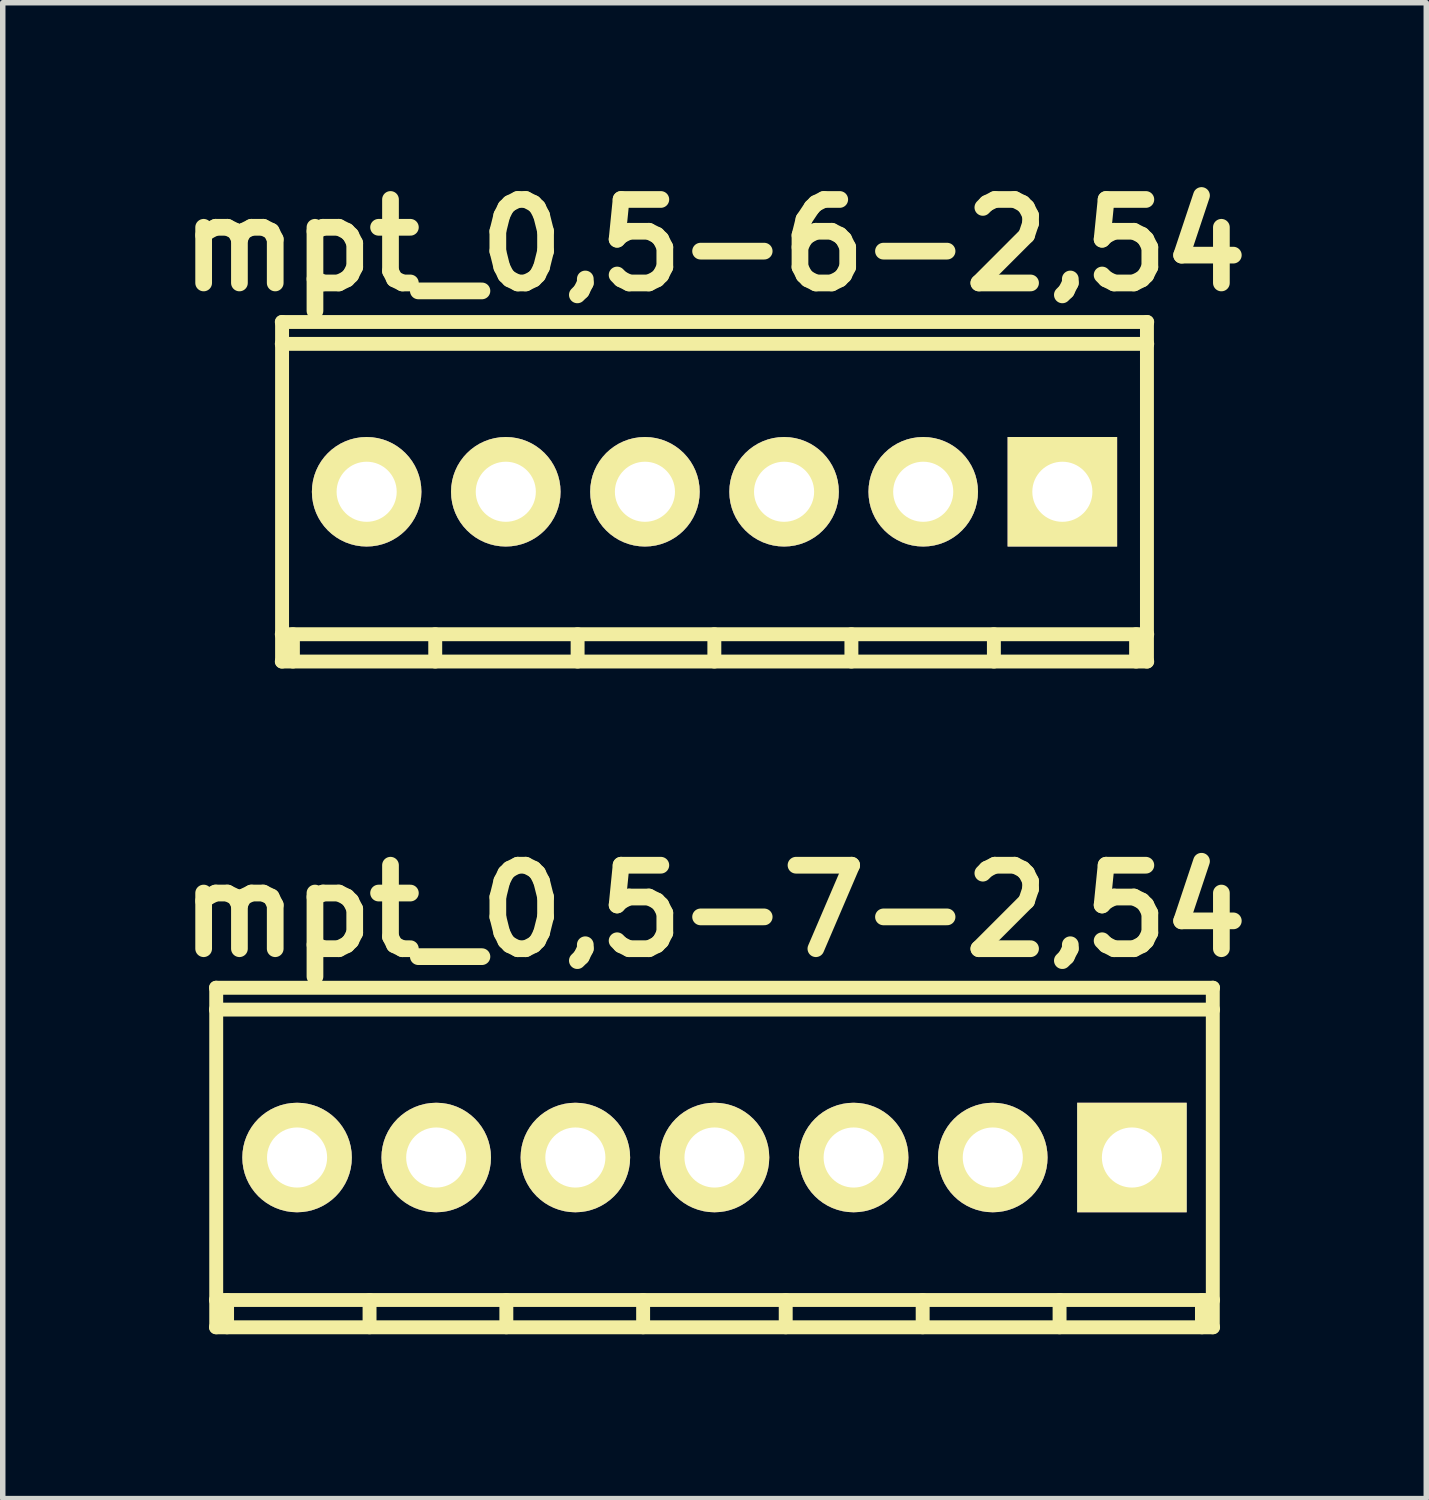
<source format=kicad_pcb>
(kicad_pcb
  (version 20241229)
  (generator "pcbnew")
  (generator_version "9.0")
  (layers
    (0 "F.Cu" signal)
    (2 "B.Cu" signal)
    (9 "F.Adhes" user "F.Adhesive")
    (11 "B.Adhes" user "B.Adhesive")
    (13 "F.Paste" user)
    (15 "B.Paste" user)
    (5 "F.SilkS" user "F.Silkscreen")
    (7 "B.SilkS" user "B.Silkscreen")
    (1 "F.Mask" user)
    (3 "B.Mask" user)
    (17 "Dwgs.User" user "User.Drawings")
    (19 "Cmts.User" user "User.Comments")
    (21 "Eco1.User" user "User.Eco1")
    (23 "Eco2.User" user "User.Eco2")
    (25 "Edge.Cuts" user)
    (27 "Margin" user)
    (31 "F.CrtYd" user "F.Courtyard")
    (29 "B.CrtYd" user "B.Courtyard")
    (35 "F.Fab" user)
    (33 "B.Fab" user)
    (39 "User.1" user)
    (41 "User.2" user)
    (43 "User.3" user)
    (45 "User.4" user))
  (footprint "mpt_0,5-6-2,54"
    (layer "F.Cu")
    (at 9.993 5.927)
    (property "Reference" "mpt_0,5-6-2,54" (at 0 -4.501 0) (layer "F.SilkS") (effects (font (size 1.524 1.524) (thickness 0.305))))
    (attr through_hole)
    (fp_line (start -7.899 3.099) (end 7.899 3.099) (stroke (width 0.254) (type solid)) (layer "F.SilkS"))
    (fp_line (start -7.894 -3.099) (end -7.894 3.099) (stroke (width 0.254) (type solid)) (layer "F.SilkS"))
    (fp_line (start -7.696 3.099) (end -7.696 2.601) (stroke (width 0.254) (type solid)) (layer "F.SilkS"))
    (fp_line (start -5.098 3.099) (end -5.098 2.601) (stroke (width 0.254) (type solid)) (layer "F.SilkS"))
    (fp_line (start -2.499 2.601) (end -2.499 3.099) (stroke (width 0.254) (type solid)) (layer "F.SilkS"))
    (fp_line (start -0.003 2.601) (end -0.003 3.099) (stroke (width 0.254) (type solid)) (layer "F.SilkS"))
    (fp_line (start 2.499 2.601) (end 2.499 3.099) (stroke (width 0.254) (type solid)) (layer "F.SilkS"))
    (fp_line (start 5.1 2.601) (end 5.1 3.099) (stroke (width 0.254) (type solid)) (layer "F.SilkS"))
    (fp_line (start 7.696 2.601) (end 7.696 3.099) (stroke (width 0.254) (type solid)) (layer "F.SilkS"))
    (fp_line (start 7.894 3.099) (end 7.894 -3.099) (stroke (width 0.254) (type solid)) (layer "F.SilkS"))
    (fp_line (start 7.899 -3.099) (end -7.899 -3.099) (stroke (width 0.254) (type solid)) (layer "F.SilkS"))
    (fp_line (start 7.899 -2.7) (end -7.899 -2.7) (stroke (width 0.254) (type solid)) (layer "F.SilkS"))
    (fp_line (start 7.899 2.601) (end -7.899 2.601) (stroke (width 0.254) (type solid)) (layer "F.SilkS"))
    (pad "1" thru_hole rect (at 6.35 0) (size 1.999 1.999) (drill 1.097) (layers "*.Cu" "*.Mask" "F.SilkS"))
    (pad "2" thru_hole oval (at 3.81 0) (size 1.999 1.999) (drill 1.097) (layers "*.Cu" "*.Mask" "F.SilkS"))
    (pad "3" thru_hole oval (at 1.27 0) (size 1.999 1.999) (drill 1.097) (layers "*.Cu" "*.Mask" "F.SilkS"))
    (pad "4" thru_hole oval (at -1.27 0) (size 1.999 1.999) (drill 1.097) (layers "*.Cu" "*.Mask" "F.SilkS"))
    (pad "5" thru_hole oval (at -3.81 0) (size 1.999 1.999) (drill 1.097) (layers "*.Cu" "*.Mask" "F.SilkS"))
    (pad "6" thru_hole oval (at -6.35 0) (size 1.999 1.999) (drill 1.097) (layers "*.Cu" "*.Mask" "F.SilkS")))
  (footprint "mpt_0,5-7-2,54"
    (layer "F.Cu")
    (at 9.993 18.08)
    (property "Reference" "mpt_0,5-7-2,54" (at 0 -4.501 0) (layer "F.SilkS") (effects (font (size 1.524 1.524) (thickness 0.305))))
    (attr through_hole)
    (fp_line (start -9.101 3.099) (end 9.101 3.099) (stroke (width 0.254) (type solid)) (layer "F.SilkS"))
    (fp_line (start -9.096 -3.099) (end -9.096 3.099) (stroke (width 0.254) (type solid)) (layer "F.SilkS"))
    (fp_line (start -8.898 3.099) (end -8.898 2.601) (stroke (width 0.254) (type solid)) (layer "F.SilkS"))
    (fp_line (start -6.297 3.099) (end -6.297 2.601) (stroke (width 0.254) (type solid)) (layer "F.SilkS"))
    (fp_line (start -3.8 2.601) (end -3.8 3.099) (stroke (width 0.254) (type solid)) (layer "F.SilkS"))
    (fp_line (start -1.303 2.601) (end -1.303 3.099) (stroke (width 0.254) (type solid)) (layer "F.SilkS"))
    (fp_line (start 1.3 2.601) (end 1.3 3.099) (stroke (width 0.254) (type solid)) (layer "F.SilkS"))
    (fp_line (start 3.8 2.601) (end 3.8 3.099) (stroke (width 0.254) (type solid)) (layer "F.SilkS"))
    (fp_line (start 6.299 2.601) (end 6.299 3.099) (stroke (width 0.254) (type solid)) (layer "F.SilkS"))
    (fp_line (start 8.898 2.601) (end 8.898 3.099) (stroke (width 0.254) (type solid)) (layer "F.SilkS"))
    (fp_line (start 9.096 3.099) (end 9.096 -3.099) (stroke (width 0.254) (type solid)) (layer "F.SilkS"))
    (fp_line (start 9.101 -3.099) (end -9.101 -3.099) (stroke (width 0.254) (type solid)) (layer "F.SilkS"))
    (fp_line (start 9.101 -2.7) (end -9.101 -2.7) (stroke (width 0.254) (type solid)) (layer "F.SilkS"))
    (fp_line (start 9.101 2.601) (end -9.101 2.601) (stroke (width 0.254) (type solid)) (layer "F.SilkS"))
    (pad "1" thru_hole rect (at 7.62 0) (size 1.999 1.999) (drill 1.097) (layers "*.Cu" "*.Mask" "F.SilkS"))
    (pad "2" thru_hole oval (at 5.08 0) (size 1.999 1.999) (drill 1.097) (layers "*.Cu" "*.Mask" "F.SilkS"))
    (pad "3" thru_hole oval (at 2.54 0) (size 1.999 1.999) (drill 1.097) (layers "*.Cu" "*.Mask" "F.SilkS"))
    (pad "4" thru_hole oval (at 0 0) (size 1.999 1.999) (drill 1.097) (layers "*.Cu" "*.Mask" "F.SilkS"))
    (pad "5" thru_hole oval (at -2.54 0) (size 1.999 1.999) (drill 1.097) (layers "*.Cu" "*.Mask" "F.SilkS"))
    (pad "6" thru_hole oval (at -5.08 0) (size 1.999 1.999) (drill 1.097) (layers "*.Cu" "*.Mask" "F.SilkS"))
    (pad "7" thru_hole oval (at -7.62 0) (size 1.999 1.999) (drill 1.097) (layers "*.Cu" "*.Mask" "F.SilkS")))
  (gr_rect
    (start -3 -3)
    (end 22.986 24.306)
    (stroke (width 0.1) (type default))
    (fill no)
    (layer "Edge.Cuts")))
</source>
